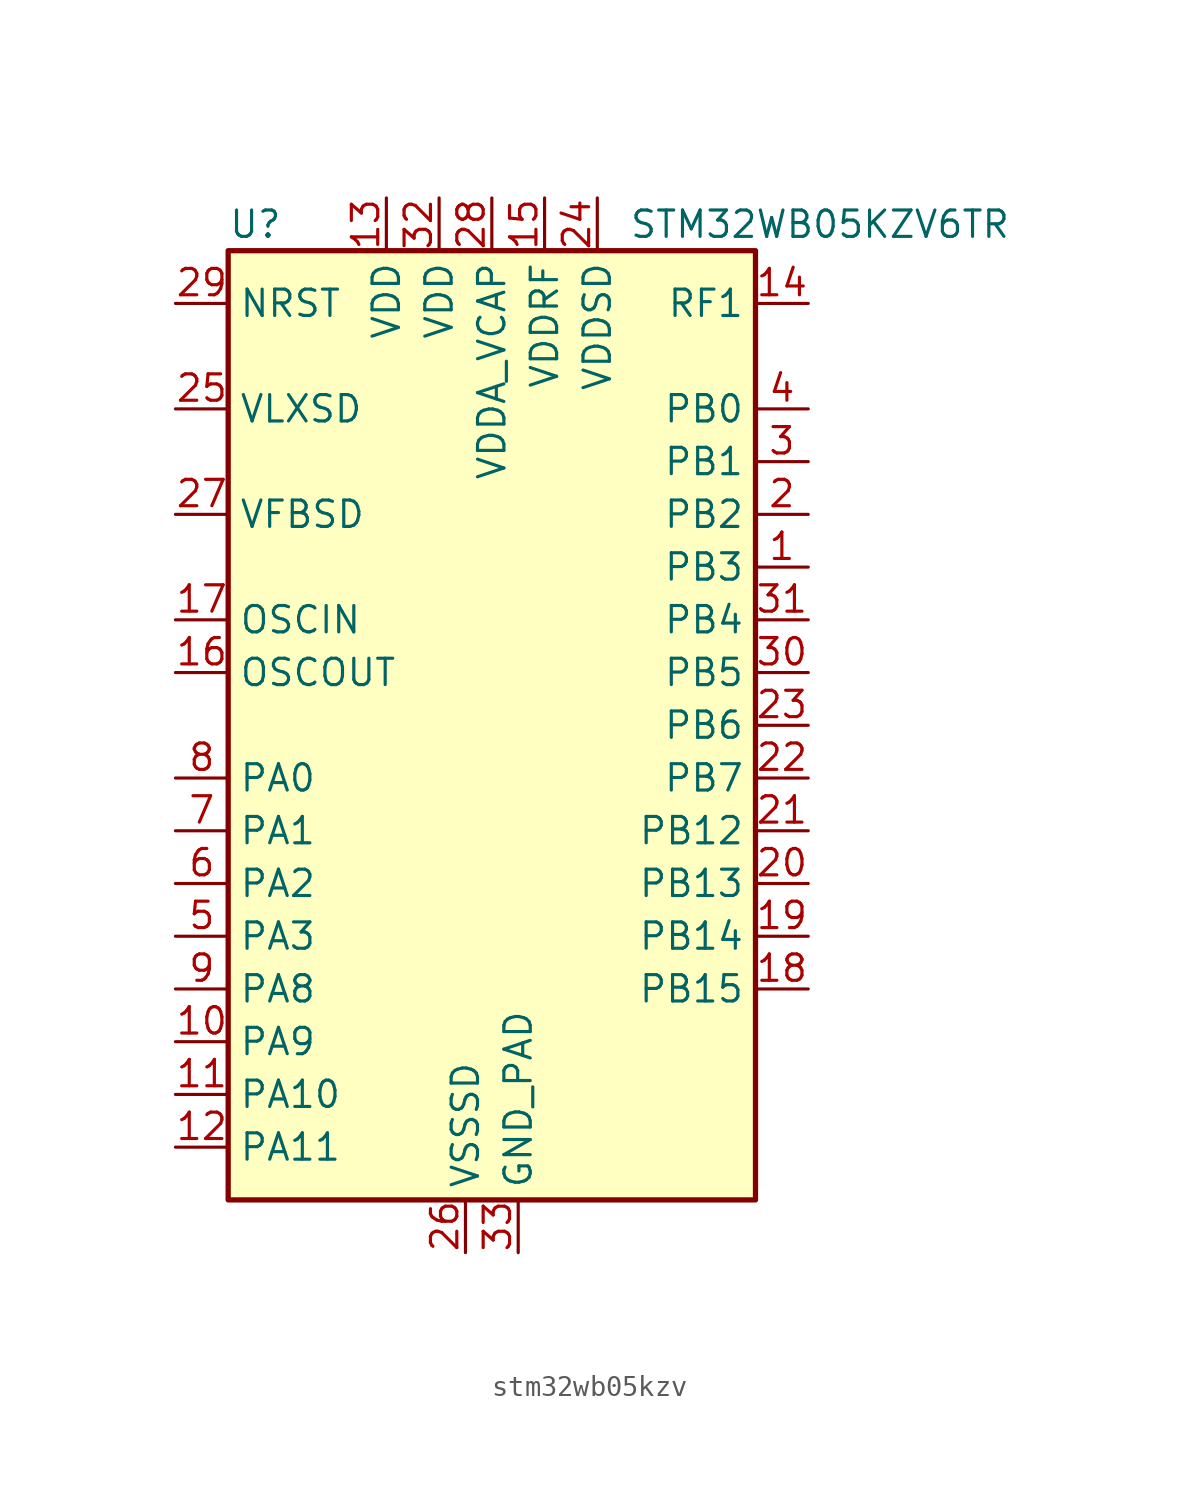
<source format=kicad_sym>
(kicad_symbol_lib
  (version 20241209)
  (generator "kicad_symbol_editor")
  (generator_version "9.0")
  (symbol "stm32wb05kzv"
    (property "Reference" "U"
      (at -12.7 24.13 0)
      (effects (font (size 1.27 1.27)) (justify left)))
    (property "Value" "STM32WB05KZV6TR"
      (at 6.604 24.13 0)
      (effects (font (size 1.27 1.27)) (justify left)))
    (symbol "stm32wb05kzv_0_1"
      (rectangle (start -12.7 22.86) (end 12.7 -22.86) (stroke (width 0.254) (type default)) (fill (type background))))
    (symbol "stm32wb05kzv_1_0"
      (pin power_in line (at 1.27 -25.4 90) (length 2.54) (name "GND_PAD" (effects (font (size 1.27 1.27)))) (number "33" (effects (font (size 1.27 1.27))))))
    (symbol "stm32wb05kzv_1_1"
      (pin input line (at -15.24 20.32 0) (length 2.54) (name "NRST" (effects (font (size 1.27 1.27)))) (number "29" (effects (font (size 1.27 1.27)))))
      (pin power_in line (at -15.24 15.24 0) (length 2.54) (name "VLXSD" (effects (font (size 1.27 1.27)))) (number "25" (effects (font (size 1.27 1.27)))))
      (pin input line (at -15.24 10.16 0) (length 2.54) (name "VFBSD" (effects (font (size 1.27 1.27)))) (number "27" (effects (font (size 1.27 1.27)))))
      (pin bidirectional line (at -15.24 5.08 0) (length 2.54) (name "OSCIN" (effects (font (size 1.27 1.27)))) (number "17" (effects (font (size 1.27 1.27)))) (alternate "RCC_OSC_IN" bidirectional line))
      (pin bidirectional line (at -15.24 2.54 0) (length 2.54) (name "OSCOUT" (effects (font (size 1.27 1.27)))) (number "16" (effects (font (size 1.27 1.27)))) (alternate "RCC_OSC_OUT" bidirectional line))
      (pin bidirectional line (at -15.24 -2.54 0) (length 2.54) (name "PA0" (effects (font (size 1.27 1.27)))) (number "8" (effects (font (size 1.27 1.27)))) (alternate "I2C1_SCL" bidirectional line) (alternate "IR_OUT" bidirectional line) (alternate "PWR_WKUP12" bidirectional line) (alternate "TIM2_CH3" bidirectional line) (alternate "USART1_CTS" bidirectional line))
      (pin bidirectional line (at -15.24 -5.08 0) (length 2.54) (name "PA1" (effects (font (size 1.27 1.27)))) (number "7" (effects (font (size 1.27 1.27)))) (alternate "I2C1_SDA" bidirectional line) (alternate "IR_OUT" bidirectional line) (alternate "PWR_WKUP13" bidirectional line) (alternate "TIM2_CH4" bidirectional line) (alternate "USART1_TX" bidirectional line))
      (pin bidirectional line (at -15.24 -7.62 0) (length 2.54) (name "PA2" (effects (font (size 1.27 1.27)))) (number "6" (effects (font (size 1.27 1.27)))) (alternate "ADC1_VINM2" bidirectional line) (alternate "DEBUG_SWDIO" bidirectional line) (alternate "I2S3_MCK" bidirectional line) (alternate "PWR_WKUP14" bidirectional line) (alternate "TIM16_CH1" bidirectional line) (alternate "TIM2_CH1" bidirectional line) (alternate "USART1_CK" bidirectional line))
      (pin bidirectional line (at -15.24 -10.16 0) (length 2.54) (name "PA3" (effects (font (size 1.27 1.27)))) (number "5" (effects (font (size 1.27 1.27)))) (alternate "ADC1_VINP2" bidirectional line) (alternate "DEBUG_SWCLK" bidirectional line) (alternate "I2S3_SCK" bidirectional line) (alternate "PWR_WKUP15" bidirectional line) (alternate "SPI3_SCK" bidirectional line) (alternate "TIM16_CH1N" bidirectional line) (alternate "TIM2_CH2" bidirectional line) (alternate "USART1_DE" bidirectional line) (alternate "USART1_RTS" bidirectional line))
      (pin bidirectional line (at -15.24 -12.7 0) (length 2.54) (name "PA8" (effects (font (size 1.27 1.27)))) (number "9" (effects (font (size 1.27 1.27)))) (alternate "PWR_WKUP8" bidirectional line) (alternate "RADIO_RX_SEQUENCE" bidirectional line) (alternate "RTC_OUT" bidirectional line) (alternate "SPI3_MISO" bidirectional line) (alternate "TIM16_BK" bidirectional line) (alternate "TIM2_CH3" bidirectional line) (alternate "USART1_RX" bidirectional line))
      (pin bidirectional line (at -15.24 -15.24 0) (length 2.54) (name "PA9" (effects (font (size 1.27 1.27)))) (number "10" (effects (font (size 1.27 1.27)))) (alternate "I2S3_WS" bidirectional line) (alternate "PWR_WKUP9" bidirectional line) (alternate "RTC_OUT" bidirectional line) (alternate "SPI3_NSS" bidirectional line) (alternate "TIM17_CH1" bidirectional line) (alternate "TIM2_CH4" bidirectional line) (alternate "USART1_TX" bidirectional line))
      (pin bidirectional line (at -15.24 -17.78 0) (length 2.54) (name "PA10" (effects (font (size 1.27 1.27)))) (number "11" (effects (font (size 1.27 1.27)))) (alternate "I2S3_MCK" bidirectional line) (alternate "LPUART1_CTS" bidirectional line) (alternate "PWR_WKUP10" bidirectional line) (alternate "RADIO_TX_SEQUENCE" bidirectional line) (alternate "RCC_LCO" bidirectional line) (alternate "TIM17_CH1N" bidirectional line))
      (pin bidirectional line (at -15.24 -20.32 0) (length 2.54) (name "PA11" (effects (font (size 1.27 1.27)))) (number "12" (effects (font (size 1.27 1.27)))) (alternate "I2S3_SD" bidirectional line) (alternate "PWR_WKUP11" bidirectional line) (alternate "RADIO_RX_SEQUENCE" bidirectional line) (alternate "RCC_MCO" bidirectional line) (alternate "SPI3_MOSI" bidirectional line) (alternate "TIM17_BK" bidirectional line))
      (pin power_in line (at -5.08 25.4 270) (length 2.54) (name "VDD" (effects (font (size 1.27 1.27)))) (number "13" (effects (font (size 1.27 1.27)))))
      (pin power_in line (at -2.54 25.4 270) (length 2.54) (name "VDD" (effects (font (size 1.27 1.27)))) (number "32" (effects (font (size 1.27 1.27)))))
      (pin power_in line (at -1.27 -25.4 90) (length 2.54) (name "VSSSD" (effects (font (size 1.27 1.27)))) (number "26" (effects (font (size 1.27 1.27)))))
      (pin power_in line (at 0 25.4 270) (length 2.54) (name "VDDA_VCAP" (effects (font (size 1.27 1.27)))) (number "28" (effects (font (size 1.27 1.27)))))
      (pin power_in line (at 2.54 25.4 270) (length 2.54) (name "VDDRF" (effects (font (size 1.27 1.27)))) (number "15" (effects (font (size 1.27 1.27)))))
      (pin power_in line (at 5.08 25.4 270) (length 2.54) (name "VDDSD" (effects (font (size 1.27 1.27)))) (number "24" (effects (font (size 1.27 1.27)))))
      (pin bidirectional line (at 15.24 20.32 180) (length 2.54) (name "RF1" (effects (font (size 1.27 1.27)))) (number "14" (effects (font (size 1.27 1.27)))) (alternate "RADIO_RF1" bidirectional line))
      (pin bidirectional line (at 15.24 15.24 180) (length 2.54) (name "PB0" (effects (font (size 1.27 1.27)))) (number "4" (effects (font (size 1.27 1.27)))) (alternate "ADC1_VINM1" bidirectional line) (alternate "LPUART1_DE" bidirectional line) (alternate "LPUART1_RTS" bidirectional line) (alternate "PWR_WKUP0" bidirectional line) (alternate "RADIO_ANTENNA_ID_0" bidirectional line) (alternate "TIM16_CH1" bidirectional line) (alternate "USART1_RX" bidirectional line))
      (pin bidirectional line (at 15.24 12.7 180) (length 2.54) (name "PB1" (effects (font (size 1.27 1.27)))) (number "3" (effects (font (size 1.27 1.27)))) (alternate "ADC1_VINP1" bidirectional line) (alternate "PWR_WKUP1" bidirectional line) (alternate "RADIO_ANTENNA_ID_1" bidirectional line) (alternate "TIM16_CH1N" bidirectional line) (alternate "TIM2_ETR" bidirectional line) (alternate "USART1_CK" bidirectional line))
      (pin bidirectional line (at 15.24 10.16 180) (length 2.54) (name "PB2" (effects (font (size 1.27 1.27)))) (number "2" (effects (font (size 1.27 1.27)))) (alternate "ADC1_VINM0" bidirectional line) (alternate "PWR_WKUP2" bidirectional line) (alternate "RADIO_ANTENNA_ID_2" bidirectional line) (alternate "TIM16_BK" bidirectional line) (alternate "TIM2_CH3" bidirectional line) (alternate "USART1_DE" bidirectional line) (alternate "USART1_RTS" bidirectional line))
      (pin bidirectional line (at 15.24 7.62 180) (length 2.54) (name "PB3" (effects (font (size 1.27 1.27)))) (number "1" (effects (font (size 1.27 1.27)))) (alternate "ADC1_VINP0" bidirectional line) (alternate "I2S3_SCK" bidirectional line) (alternate "LPUART1_TX" bidirectional line) (alternate "PWR_WKUP3" bidirectional line) (alternate "RADIO_ANTENNA_ID_3" bidirectional line) (alternate "SPI3_SCK" bidirectional line) (alternate "TIM17_CH1" bidirectional line) (alternate "TIM2_CH4" bidirectional line) (alternate "USART1_CTS" bidirectional line))
      (pin bidirectional line (at 15.24 5.08 180) (length 2.54) (name "PB4" (effects (font (size 1.27 1.27)))) (number "31" (effects (font (size 1.27 1.27)))) (alternate "ADC1_VINM3" bidirectional line) (alternate "LPUART1_TX" bidirectional line) (alternate "PWR_WKUP4" bidirectional line) (alternate "RADIO_ANTENNA_ID_4" bidirectional line) (alternate "TIM17_CH1N" bidirectional line) (alternate "TIM2_CH1" bidirectional line))
      (pin bidirectional line (at 15.24 2.54 180) (length 2.54) (name "PB5" (effects (font (size 1.27 1.27)))) (number "30" (effects (font (size 1.27 1.27)))) (alternate "ADC1_VINP3" bidirectional line) (alternate "LPUART1_RX" bidirectional line) (alternate "PWR_WKUP5" bidirectional line) (alternate "RADIO_ANTENNA_ID_5" bidirectional line) (alternate "TIM17_BK" bidirectional line) (alternate "TIM2_CH2" bidirectional line))
      (pin bidirectional line (at 15.24 0 180) (length 2.54) (name "PB6" (effects (font (size 1.27 1.27)))) (number "23" (effects (font (size 1.27 1.27)))) (alternate "I2C1_SCL" bidirectional line) (alternate "LPUART1_TX" bidirectional line) (alternate "PWR_WKUP6" bidirectional line) (alternate "RADIO_ANTENNA_ID_6" bidirectional line) (alternate "TIM17_CH1" bidirectional line) (alternate "TIM2_CH1" bidirectional line))
      (pin bidirectional line (at 15.24 -2.54 180) (length 2.54) (name "PB7" (effects (font (size 1.27 1.27)))) (number "22" (effects (font (size 1.27 1.27)))) (alternate "I2C1_SDA" bidirectional line) (alternate "LPUART1_RX" bidirectional line) (alternate "PWR_WKUP7" bidirectional line) (alternate "RADIO_ACTIVITY" bidirectional line) (alternate "TIM2_CH2" bidirectional line) (alternate "USART1_CTS" bidirectional line))
      (pin bidirectional line (at 15.24 -5.08 180) (length 2.54) (name "PB12" (effects (font (size 1.27 1.27)))) (number "21" (effects (font (size 1.27 1.27)))) (alternate "LPUART1_CTS" bidirectional line) (alternate "PWR_WKUP16" bidirectional line) (alternate "RCC_LCO" bidirectional line) (alternate "RCC_OSC32_OUT" bidirectional line) (alternate "TIM2_CH3" bidirectional line))
      (pin bidirectional line (at 15.24 -7.62 180) (length 2.54) (name "PB13" (effects (font (size 1.27 1.27)))) (number "20" (effects (font (size 1.27 1.27)))) (alternate "PWR_WKUP17" bidirectional line) (alternate "RCC_OSC32_IN" bidirectional line) (alternate "TIM2_CH4" bidirectional line))
      (pin bidirectional line (at 15.24 -10.16 180) (length 2.54) (name "PB14" (effects (font (size 1.27 1.27)))) (number "19" (effects (font (size 1.27 1.27)))) (alternate "I2C1_SDA" bidirectional line) (alternate "PWR_PVD_IN" bidirectional line) (alternate "PWR_WKUP18" bidirectional line) (alternate "RADIO_TX_SEQUENCE" bidirectional line) (alternate "RCC_MCO" bidirectional line) (alternate "TIM2_ETR" bidirectional line) (alternate "USART1_RX" bidirectional line))
      (pin bidirectional line (at 15.24 -12.7 180) (length 2.54) (name "PB15" (effects (font (size 1.27 1.27)))) (number "18" (effects (font (size 1.27 1.27)))) (alternate "PWR_WKUP19" bidirectional line) (alternate "USART1_TX" bidirectional line)))))
</source>
